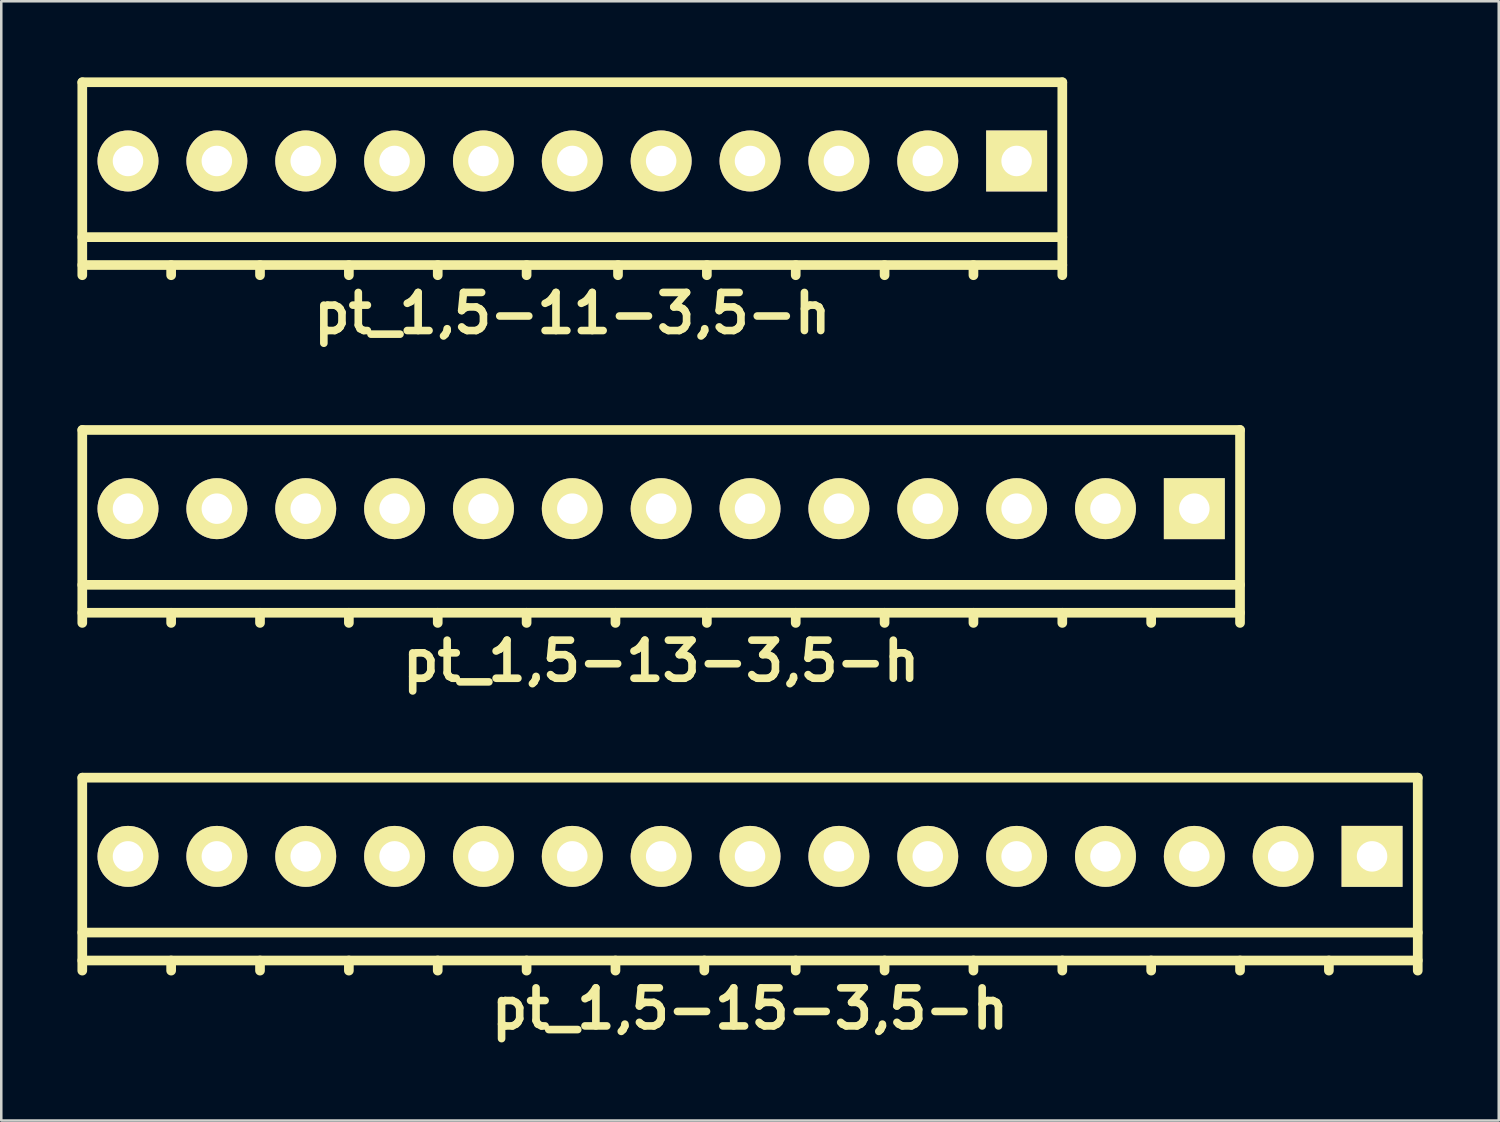
<source format=kicad_pcb>
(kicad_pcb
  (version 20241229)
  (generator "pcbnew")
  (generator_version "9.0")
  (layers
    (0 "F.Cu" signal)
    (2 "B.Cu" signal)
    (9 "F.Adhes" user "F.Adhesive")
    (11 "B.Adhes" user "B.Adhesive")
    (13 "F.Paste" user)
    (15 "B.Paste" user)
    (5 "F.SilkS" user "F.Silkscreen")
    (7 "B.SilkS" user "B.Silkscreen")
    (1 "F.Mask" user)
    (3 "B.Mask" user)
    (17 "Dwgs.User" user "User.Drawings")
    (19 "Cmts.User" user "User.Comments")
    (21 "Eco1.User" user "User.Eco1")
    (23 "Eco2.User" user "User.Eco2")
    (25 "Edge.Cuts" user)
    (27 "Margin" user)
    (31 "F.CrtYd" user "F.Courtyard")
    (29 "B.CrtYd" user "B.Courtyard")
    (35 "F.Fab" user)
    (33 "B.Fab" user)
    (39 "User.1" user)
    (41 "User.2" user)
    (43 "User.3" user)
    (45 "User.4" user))
  (footprint "pt_1,5-13-3,5-h"
    (layer "F.Cu")
    (at 22.991 17.685)
    (property "Reference" "pt_1,5-13-3,5-h" (at 0 5.3 0) (layer "F.SilkS") (effects (font (size 1.5 1.5) (thickness 0.3))))
    (attr through_hole)
    (fp_line (start -22.8 -3.8) (end -22.8 3.8) (stroke (width 0.381) (type solid)) (layer "F.SilkS"))
    (fp_line (start -22.8 2.3) (end 22.8 2.3) (stroke (width 0.381) (type solid)) (layer "F.SilkS"))
    (fp_line (start -22.8 3.4) (end 22.8 3.4) (stroke (width 0.381) (type solid)) (layer "F.SilkS"))
    (fp_line (start -19.3 3.4) (end -19.3 3.8) (stroke (width 0.381) (type solid)) (layer "F.SilkS"))
    (fp_line (start -15.8 3.4) (end -15.8 3.8) (stroke (width 0.381) (type solid)) (layer "F.SilkS"))
    (fp_line (start -12.3 3.4) (end -12.3 3.8) (stroke (width 0.381) (type solid)) (layer "F.SilkS"))
    (fp_line (start -8.8 3.4) (end -8.8 3.8) (stroke (width 0.381) (type solid)) (layer "F.SilkS"))
    (fp_line (start -5.3 3.4) (end -5.3 3.8) (stroke (width 0.381) (type solid)) (layer "F.SilkS"))
    (fp_line (start -1.8 3.4) (end -1.8 3.8) (stroke (width 0.381) (type solid)) (layer "F.SilkS"))
    (fp_line (start 1.8 3.4) (end 1.8 3.8) (stroke (width 0.381) (type solid)) (layer "F.SilkS"))
    (fp_line (start 5.3 3.4) (end 5.3 3.8) (stroke (width 0.381) (type solid)) (layer "F.SilkS"))
    (fp_line (start 8.8 3.4) (end 8.8 3.8) (stroke (width 0.381) (type solid)) (layer "F.SilkS"))
    (fp_line (start 12.3 3.4) (end 12.3 3.8) (stroke (width 0.381) (type solid)) (layer "F.SilkS"))
    (fp_line (start 15.8 3.4) (end 15.8 3.8) (stroke (width 0.381) (type solid)) (layer "F.SilkS"))
    (fp_line (start 19.3 3.4) (end 19.3 3.8) (stroke (width 0.381) (type solid)) (layer "F.SilkS"))
    (fp_line (start 22.8 -3.8) (end -22.8 -3.8) (stroke (width 0.381) (type solid)) (layer "F.SilkS"))
    (fp_line (start 22.8 3.8) (end 22.8 -3.8) (stroke (width 0.381) (type solid)) (layer "F.SilkS"))
    (pad "1" thru_hole rect (at 21 -0.7) (size 2.4 2.4) (drill 1.2) (layers "*.Cu" "*.Mask" "F.SilkS"))
    (pad "2" thru_hole circle (at 17.5 -0.7) (size 2.4 2.4) (drill 1.2) (layers "*.Cu" "*.Mask" "F.SilkS"))
    (pad "3" thru_hole circle (at 14 -0.7) (size 2.4 2.4) (drill 1.2) (layers "*.Cu" "*.Mask" "F.SilkS"))
    (pad "4" thru_hole circle (at 10.5 -0.7) (size 2.4 2.4) (drill 1.2) (layers "*.Cu" "*.Mask" "F.SilkS"))
    (pad "5" thru_hole circle (at 7 -0.7) (size 2.4 2.4) (drill 1.2) (layers "*.Cu" "*.Mask" "F.SilkS"))
    (pad "6" thru_hole circle (at 3.5 -0.7) (size 2.4 2.4) (drill 1.2) (layers "*.Cu" "*.Mask" "F.SilkS"))
    (pad "7" thru_hole circle (at 0 -0.7) (size 2.4 2.4) (drill 1.2) (layers "*.Cu" "*.Mask" "F.SilkS"))
    (pad "8" thru_hole circle (at -3.5 -0.7) (size 2.4 2.4) (drill 1.2) (layers "*.Cu" "*.Mask" "F.SilkS"))
    (pad "9" thru_hole circle (at -7 -0.7) (size 2.4 2.4) (drill 1.2) (layers "*.Cu" "*.Mask" "F.SilkS"))
    (pad "10" thru_hole circle (at -10.5 -0.7) (size 2.4 2.4) (drill 1.2) (layers "*.Cu" "*.Mask" "F.SilkS"))
    (pad "11" thru_hole circle (at -14 -0.7) (size 2.4 2.4) (drill 1.2) (layers "*.Cu" "*.Mask" "F.SilkS"))
    (pad "12" thru_hole circle (at -17.5 -0.7) (size 2.4 2.4) (drill 1.2) (layers "*.Cu" "*.Mask" "F.SilkS"))
    (pad "13" thru_hole circle (at -21 -0.7) (size 2.4 2.4) (drill 1.2) (layers "*.Cu" "*.Mask" "F.SilkS")))
  (footprint "pt_1,5-11-3,5-h"
    (layer "F.Cu")
    (at 19.491 3.99)
    (property "Reference" "pt_1,5-11-3,5-h" (at 0 5.3 0) (layer "F.SilkS") (effects (font (size 1.5 1.5) (thickness 0.3))))
    (attr through_hole)
    (fp_line (start -19.3 -3.8) (end -19.3 3.8) (stroke (width 0.381) (type solid)) (layer "F.SilkS"))
    (fp_line (start -19.3 2.3) (end 19.3 2.3) (stroke (width 0.381) (type solid)) (layer "F.SilkS"))
    (fp_line (start -19.3 3.4) (end 19.3 3.4) (stroke (width 0.381) (type solid)) (layer "F.SilkS"))
    (fp_line (start -15.8 3.4) (end -15.8 3.8) (stroke (width 0.381) (type solid)) (layer "F.SilkS"))
    (fp_line (start -12.3 3.4) (end -12.3 3.8) (stroke (width 0.381) (type solid)) (layer "F.SilkS"))
    (fp_line (start -8.8 3.4) (end -8.8 3.8) (stroke (width 0.381) (type solid)) (layer "F.SilkS"))
    (fp_line (start -5.3 3.4) (end -5.3 3.8) (stroke (width 0.381) (type solid)) (layer "F.SilkS"))
    (fp_line (start -1.8 3.4) (end -1.8 3.8) (stroke (width 0.381) (type solid)) (layer "F.SilkS"))
    (fp_line (start 1.8 3.4) (end 1.8 3.8) (stroke (width 0.381) (type solid)) (layer "F.SilkS"))
    (fp_line (start 5.3 3.4) (end 5.3 3.8) (stroke (width 0.381) (type solid)) (layer "F.SilkS"))
    (fp_line (start 8.8 3.4) (end 8.8 3.8) (stroke (width 0.381) (type solid)) (layer "F.SilkS"))
    (fp_line (start 12.3 3.4) (end 12.3 3.8) (stroke (width 0.381) (type solid)) (layer "F.SilkS"))
    (fp_line (start 15.8 3.4) (end 15.8 3.8) (stroke (width 0.381) (type solid)) (layer "F.SilkS"))
    (fp_line (start 19.3 -3.8) (end -19.3 -3.8) (stroke (width 0.381) (type solid)) (layer "F.SilkS"))
    (fp_line (start 19.3 3.8) (end 19.3 -3.8) (stroke (width 0.381) (type solid)) (layer "F.SilkS"))
    (pad "1" thru_hole rect (at 17.5 -0.7) (size 2.4 2.4) (drill 1.2) (layers "*.Cu" "*.Mask" "F.SilkS"))
    (pad "2" thru_hole circle (at 14 -0.7) (size 2.4 2.4) (drill 1.2) (layers "*.Cu" "*.Mask" "F.SilkS"))
    (pad "3" thru_hole circle (at 10.5 -0.7) (size 2.4 2.4) (drill 1.2) (layers "*.Cu" "*.Mask" "F.SilkS"))
    (pad "4" thru_hole circle (at 7 -0.7) (size 2.4 2.4) (drill 1.2) (layers "*.Cu" "*.Mask" "F.SilkS"))
    (pad "5" thru_hole circle (at 3.5 -0.7) (size 2.4 2.4) (drill 1.2) (layers "*.Cu" "*.Mask" "F.SilkS"))
    (pad "6" thru_hole circle (at 0 -0.7) (size 2.4 2.4) (drill 1.2) (layers "*.Cu" "*.Mask" "F.SilkS"))
    (pad "7" thru_hole circle (at -3.5 -0.7) (size 2.4 2.4) (drill 1.2) (layers "*.Cu" "*.Mask" "F.SilkS"))
    (pad "8" thru_hole circle (at -7 -0.7) (size 2.4 2.4) (drill 1.2) (layers "*.Cu" "*.Mask" "F.SilkS"))
    (pad "9" thru_hole circle (at -10.5 -0.7) (size 2.4 2.4) (drill 1.2) (layers "*.Cu" "*.Mask" "F.SilkS"))
    (pad "10" thru_hole circle (at -14 -0.7) (size 2.4 2.4) (drill 1.2) (layers "*.Cu" "*.Mask" "F.SilkS"))
    (pad "11" thru_hole circle (at -17.5 -0.7) (size 2.4 2.4) (drill 1.2) (layers "*.Cu" "*.Mask" "F.SilkS")))
  (footprint "pt_1,5-15-3,5-h"
    (layer "F.Cu")
    (at 26.491 31.38)
    (property "Reference" "pt_1,5-15-3,5-h" (at 0 5.3 0) (layer "F.SilkS") (effects (font (size 1.5 1.5) (thickness 0.3))))
    (attr through_hole)
    (fp_line (start -26.3 -3.8) (end -26.3 3.8) (stroke (width 0.381) (type solid)) (layer "F.SilkS"))
    (fp_line (start -26.3 2.3) (end 26.3 2.3) (stroke (width 0.381) (type solid)) (layer "F.SilkS"))
    (fp_line (start -26.3 3.4) (end 26.3 3.4) (stroke (width 0.381) (type solid)) (layer "F.SilkS"))
    (fp_line (start -22.8 3.4) (end -22.8 3.8) (stroke (width 0.381) (type solid)) (layer "F.SilkS"))
    (fp_line (start -19.3 3.4) (end -19.3 3.8) (stroke (width 0.381) (type solid)) (layer "F.SilkS"))
    (fp_line (start -15.8 3.4) (end -15.8 3.8) (stroke (width 0.381) (type solid)) (layer "F.SilkS"))
    (fp_line (start -12.3 3.4) (end -12.3 3.8) (stroke (width 0.381) (type solid)) (layer "F.SilkS"))
    (fp_line (start -8.8 3.4) (end -8.8 3.8) (stroke (width 0.381) (type solid)) (layer "F.SilkS"))
    (fp_line (start -5.3 3.4) (end -5.3 3.8) (stroke (width 0.381) (type solid)) (layer "F.SilkS"))
    (fp_line (start -1.8 3.4) (end -1.8 3.8) (stroke (width 0.381) (type solid)) (layer "F.SilkS"))
    (fp_line (start 1.8 3.4) (end 1.8 3.8) (stroke (width 0.381) (type solid)) (layer "F.SilkS"))
    (fp_line (start 5.3 3.4) (end 5.3 3.8) (stroke (width 0.381) (type solid)) (layer "F.SilkS"))
    (fp_line (start 8.8 3.4) (end 8.8 3.8) (stroke (width 0.381) (type solid)) (layer "F.SilkS"))
    (fp_line (start 12.3 3.4) (end 12.3 3.8) (stroke (width 0.381) (type solid)) (layer "F.SilkS"))
    (fp_line (start 15.8 3.4) (end 15.8 3.8) (stroke (width 0.381) (type solid)) (layer "F.SilkS"))
    (fp_line (start 19.3 3.4) (end 19.3 3.8) (stroke (width 0.381) (type solid)) (layer "F.SilkS"))
    (fp_line (start 22.8 3.4) (end 22.8 3.8) (stroke (width 0.381) (type solid)) (layer "F.SilkS"))
    (fp_line (start 26.3 -3.8) (end -26.3 -3.8) (stroke (width 0.381) (type solid)) (layer "F.SilkS"))
    (fp_line (start 26.3 3.8) (end 26.3 -3.8) (stroke (width 0.381) (type solid)) (layer "F.SilkS"))
    (pad "1" thru_hole rect (at 24.5 -0.7) (size 2.4 2.4) (drill 1.2) (layers "*.Cu" "*.Mask" "F.SilkS"))
    (pad "2" thru_hole circle (at 21 -0.7) (size 2.4 2.4) (drill 1.2) (layers "*.Cu" "*.Mask" "F.SilkS"))
    (pad "3" thru_hole circle (at 17.5 -0.7) (size 2.4 2.4) (drill 1.2) (layers "*.Cu" "*.Mask" "F.SilkS"))
    (pad "4" thru_hole circle (at 14 -0.7) (size 2.4 2.4) (drill 1.2) (layers "*.Cu" "*.Mask" "F.SilkS"))
    (pad "5" thru_hole circle (at 10.5 -0.7) (size 2.4 2.4) (drill 1.2) (layers "*.Cu" "*.Mask" "F.SilkS"))
    (pad "6" thru_hole circle (at 7 -0.7) (size 2.4 2.4) (drill 1.2) (layers "*.Cu" "*.Mask" "F.SilkS"))
    (pad "7" thru_hole circle (at 3.5 -0.7) (size 2.4 2.4) (drill 1.2) (layers "*.Cu" "*.Mask" "F.SilkS"))
    (pad "8" thru_hole circle (at 0 -0.7) (size 2.4 2.4) (drill 1.2) (layers "*.Cu" "*.Mask" "F.SilkS"))
    (pad "9" thru_hole circle (at -3.5 -0.7) (size 2.4 2.4) (drill 1.2) (layers "*.Cu" "*.Mask" "F.SilkS"))
    (pad "10" thru_hole circle (at -7 -0.7) (size 2.4 2.4) (drill 1.2) (layers "*.Cu" "*.Mask" "F.SilkS"))
    (pad "11" thru_hole circle (at -10.5 -0.7) (size 2.4 2.4) (drill 1.2) (layers "*.Cu" "*.Mask" "F.SilkS"))
    (pad "12" thru_hole circle (at -14 -0.7) (size 2.4 2.4) (drill 1.2) (layers "*.Cu" "*.Mask" "F.SilkS"))
    (pad "13" thru_hole circle (at -17.5 -0.7) (size 2.4 2.4) (drill 1.2) (layers "*.Cu" "*.Mask" "F.SilkS"))
    (pad "14" thru_hole circle (at -21 -0.7) (size 2.4 2.4) (drill 1.2) (layers "*.Cu" "*.Mask" "F.SilkS"))
    (pad "15" thru_hole circle (at -24.5 -0.7) (size 2.4 2.4) (drill 1.2) (layers "*.Cu" "*.Mask" "F.SilkS")))
  (gr_rect
    (start -3 -3)
    (end 55.981 41.084)
    (stroke (width 0.1) (type default))
    (fill no)
    (layer "Edge.Cuts")))
</source>
